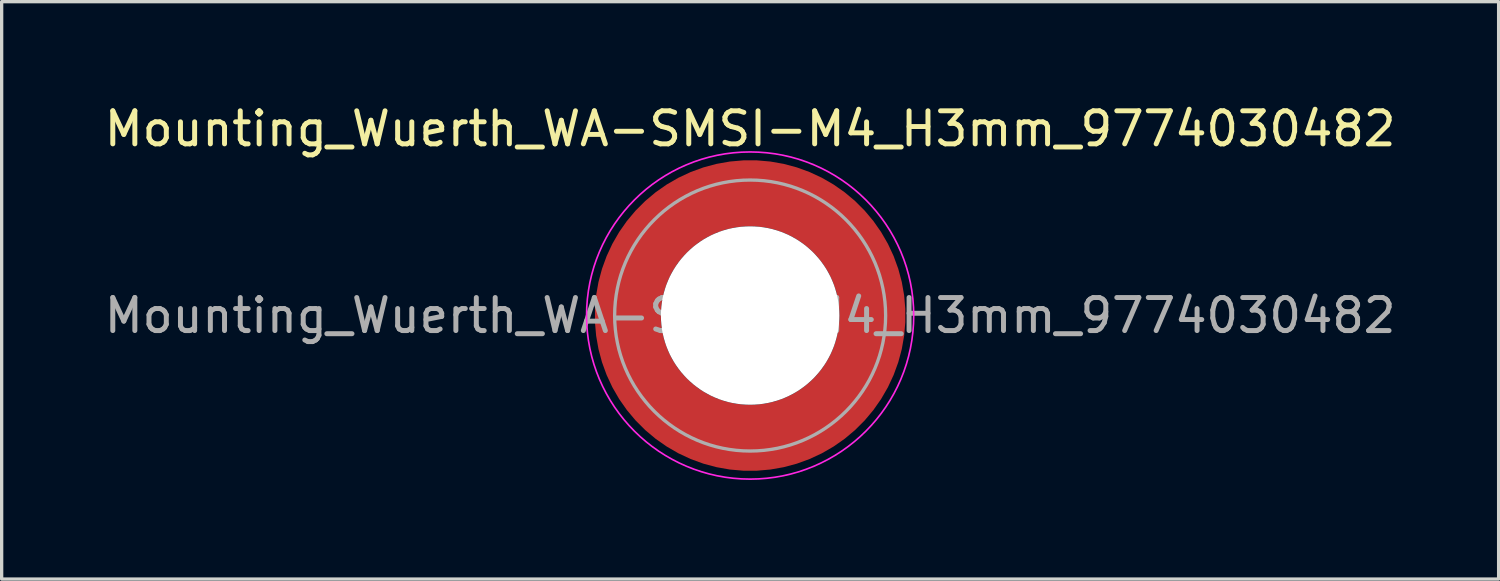
<source format=kicad_pcb>
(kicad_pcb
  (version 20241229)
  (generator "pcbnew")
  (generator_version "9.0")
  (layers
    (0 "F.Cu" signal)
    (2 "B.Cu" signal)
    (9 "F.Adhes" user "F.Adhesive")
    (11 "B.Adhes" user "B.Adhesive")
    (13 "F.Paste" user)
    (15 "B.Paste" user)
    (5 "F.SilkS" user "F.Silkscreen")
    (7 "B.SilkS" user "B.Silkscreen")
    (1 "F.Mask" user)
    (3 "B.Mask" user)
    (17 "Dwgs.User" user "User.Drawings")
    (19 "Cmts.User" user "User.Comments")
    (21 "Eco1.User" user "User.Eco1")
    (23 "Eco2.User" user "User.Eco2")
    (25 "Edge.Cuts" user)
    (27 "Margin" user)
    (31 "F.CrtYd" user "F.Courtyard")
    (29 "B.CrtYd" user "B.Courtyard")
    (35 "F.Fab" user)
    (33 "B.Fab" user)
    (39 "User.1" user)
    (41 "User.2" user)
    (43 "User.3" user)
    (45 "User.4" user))
  (footprint "Mounting_Wuerth_WA-SMSI-M4_H3mm_9774030482"
    (layer "F.Cu")
    (at 19.649 6.498)
    (property "Reference" "Mounting_Wuerth_WA-SMSI-M4_H3mm_9774030482" (at 0 -5.65 0) (layer "F.SilkS") (effects (font (size 1 1) (thickness 0.15))))
    (attr smd allow_soldermask_bridges)
    (fp_circle (center 0 0) (end 4.95 0) (stroke (width 0.05) (type solid)) (fill no) (layer "F.CrtYd"))
    (fp_circle (center 0 0) (end 4.1 0) (stroke (width 0.1) (type solid)) (fill no) (layer "F.Fab"))
    (fp_text user "${REFERENCE}" (at 0 0 0) (layer "F.Fab") (effects (font (size 1 1) (thickness 0.15))))
    (pad "" smd custom (at -2.607 -2.607) (size 0.948 0.948) (layers "F.Paste") (options (anchor circle)) (primitives (gr_arc (start -0.188183 2.107456) (mid 0.599273 0.599273) (end 2.107456 -0.188183) (width 0.2)) (gr_arc (start -0.289416 2.107456) (mid 0.52877 0.52877) (end 2.107456 -0.289416) (width 0.2)) (gr_arc (start -0.390547 2.107456) (mid 0.458268 0.458268) (end 2.107456 -0.390547) (width 0.2)) (gr_arc (start -0.491585 2.107456) (mid 0.387765 0.387765) (end 2.107456 -0.491585) (width 0.2)) (gr_arc (start -0.59254 2.107456) (mid 0.317262 0.317262) (end 2.107456 -0.59254) (width 0.2)) (gr_arc (start -0.693419 2.107456) (mid 0.246759 0.246759) (end 2.107456 -0.693419) (width 0.2)) (gr_arc (start -0.794229 2.107456) (mid 0.176257 0.176257) (end 2.107456 -0.794229) (width 0.2)) (gr_arc (start -0.894975 2.107456) (mid 0.105754 0.105754) (end 2.107456 -0.894975) (width 0.2)) (gr_arc (start -0.995664 2.107456) (mid 0.035251 0.035251) (end 2.107456 -0.995664) (width 0.2)) (gr_arc (start -1.0963 2.107456) (mid -0.035251 -0.035251) (end 2.107456 -1.0963) (width 0.2)) (gr_arc (start -1.196886 2.107456) (mid -0.105754 -0.105754) (end 2.107456 -1.196886) (width 0.2)) (gr_arc (start -1.297427 2.107456) (mid -0.176257 -0.176257) (end 2.107456 -1.297427) (width 0.2)) (gr_arc (start -1.397927 2.107456) (mid -0.246759 -0.246759) (end 2.107456 -1.397927) (width 0.2)) (gr_arc (start -1.498388 2.107456) (mid -0.317262 -0.317262) (end 2.107456 -1.498388) (width 0.2)) (gr_arc (start -1.598813 2.107456) (mid -0.387765 -0.387765) (end 2.107456 -1.598813) (width 0.2)) (gr_arc (start -1.699204 2.107456) (mid -0.458268 -0.458268) (end 2.107456 -1.699204) (width 0.2)) (gr_arc (start -1.799565 2.107456) (mid -0.52877 -0.52877) (end 2.107456 -1.799565) (width 0.2)) (gr_arc (start -1.899896 2.107456) (mid -0.599273 -0.599273) (end 2.107456 -1.899896) (width 0.2)) (gr_arc (start -1.899896 2.107456) (mid -0.599273 -0.599273) (end 2.107456 -1.899896) (width 0.2)) (gr_line (start 2.107 -0.188) (end 2.107 -1.9) (width 0.2)) (gr_line (start -0.188 2.107) (end -1.9 2.107) (width 0.2))))
    (pad "" smd custom (at -2.607 2.607) (size 0.948 0.948) (layers "F.Paste") (options (anchor circle)) (primitives (gr_arc (start 2.107456 0.188183) (mid 0.599273 -0.599273) (end -0.188183 -2.107456) (width 0.2)) (gr_arc (start 2.107456 0.289416) (mid 0.52877 -0.52877) (end -0.289416 -2.107456) (width 0.2)) (gr_arc (start 2.107456 0.390547) (mid 0.458268 -0.458268) (end -0.390547 -2.107456) (width 0.2)) (gr_arc (start 2.107456 0.491585) (mid 0.387765 -0.387765) (end -0.491585 -2.107456) (width 0.2)) (gr_arc (start 2.107456 0.59254) (mid 0.317262 -0.317262) (end -0.59254 -2.107456) (width 0.2)) (gr_arc (start 2.107456 0.693419) (mid 0.246759 -0.246759) (end -0.693419 -2.107456) (width 0.2)) (gr_arc (start 2.107456 0.794229) (mid 0.176257 -0.176257) (end -0.794229 -2.107456) (width 0.2)) (gr_arc (start 2.107456 0.894975) (mid 0.105754 -0.105754) (end -0.894975 -2.107456) (width 0.2)) (gr_arc (start 2.107456 0.995664) (mid 0.035251 -0.035251) (end -0.995664 -2.107456) (width 0.2)) (gr_arc (start 2.107456 1.0963) (mid -0.035251 0.035251) (end -1.0963 -2.107456) (width 0.2)) (gr_arc (start 2.107456 1.196886) (mid -0.105754 0.105754) (end -1.196886 -2.107456) (width 0.2)) (gr_arc (start 2.107456 1.297427) (mid -0.176257 0.176257) (end -1.297427 -2.107456) (width 0.2)) (gr_arc (start 2.107456 1.397927) (mid -0.246759 0.246759) (end -1.397927 -2.107456) (width 0.2)) (gr_arc (start 2.107456 1.498388) (mid -0.317262 0.317262) (end -1.498388 -2.107456) (width 0.2)) (gr_arc (start 2.107456 1.598813) (mid -0.387765 0.387765) (end -1.598813 -2.107456) (width 0.2)) (gr_arc (start 2.107456 1.699204) (mid -0.458268 0.458268) (end -1.699204 -2.107456) (width 0.2)) (gr_arc (start 2.107456 1.799565) (mid -0.52877 0.52877) (end -1.799565 -2.107456) (width 0.2)) (gr_arc (start 2.107456 1.899896) (mid -0.599273 0.599273) (end -1.899896 -2.107456) (width 0.2)) (gr_arc (start 2.107456 1.899896) (mid -0.599273 0.599273) (end -1.899896 -2.107456) (width 0.2)) (gr_line (start -0.188 -2.107) (end -1.9 -2.107) (width 0.2)) (gr_line (start 2.107 0.188) (end 2.107 1.9) (width 0.2))))
    (pad "" np_thru_hole circle (at 0 0) (size 5.4 5.4) (drill 5.4) (layers "*.Cu" "*.Mask"))
    (pad "" smd custom (at 2.607 -2.607) (size 0.948 0.948) (layers "F.Paste") (options (anchor circle)) (primitives (gr_arc (start -2.107456 -0.188183) (mid -0.599273 0.599273) (end 0.188183 2.107456) (width 0.2)) (gr_arc (start -2.107456 -0.289416) (mid -0.52877 0.52877) (end 0.289416 2.107456) (width 0.2)) (gr_arc (start -2.107456 -0.390547) (mid -0.458268 0.458268) (end 0.390547 2.107456) (width 0.2)) (gr_arc (start -2.107456 -0.491585) (mid -0.387765 0.387765) (end 0.491585 2.107456) (width 0.2)) (gr_arc (start -2.107456 -0.59254) (mid -0.317262 0.317262) (end 0.59254 2.107456) (width 0.2)) (gr_arc (start -2.107456 -0.693419) (mid -0.246759 0.246759) (end 0.693419 2.107456) (width 0.2)) (gr_arc (start -2.107456 -0.794229) (mid -0.176257 0.176257) (end 0.794229 2.107456) (width 0.2)) (gr_arc (start -2.107456 -0.894975) (mid -0.105754 0.105754) (end 0.894975 2.107456) (width 0.2)) (gr_arc (start -2.107456 -0.995664) (mid -0.035251 0.035251) (end 0.995664 2.107456) (width 0.2)) (gr_arc (start -2.107456 -1.0963) (mid 0.035251 -0.035251) (end 1.0963 2.107456) (width 0.2)) (gr_arc (start -2.107456 -1.196886) (mid 0.105754 -0.105754) (end 1.196886 2.107456) (width 0.2)) (gr_arc (start -2.107456 -1.297427) (mid 0.176257 -0.176257) (end 1.297427 2.107456) (width 0.2)) (gr_arc (start -2.107456 -1.397927) (mid 0.246759 -0.246759) (end 1.397927 2.107456) (width 0.2)) (gr_arc (start -2.107456 -1.498388) (mid 0.317262 -0.317262) (end 1.498388 2.107456) (width 0.2)) (gr_arc (start -2.107456 -1.598813) (mid 0.387765 -0.387765) (end 1.598813 2.107456) (width 0.2)) (gr_arc (start -2.107456 -1.699204) (mid 0.458268 -0.458268) (end 1.699204 2.107456) (width 0.2)) (gr_arc (start -2.107456 -1.799565) (mid 0.52877 -0.52877) (end 1.799565 2.107456) (width 0.2)) (gr_arc (start -2.107456 -1.899896) (mid 0.599273 -0.599273) (end 1.899896 2.107456) (width 0.2)) (gr_arc (start -2.107456 -1.899896) (mid 0.599273 -0.599273) (end 1.899896 2.107456) (width 0.2)) (gr_line (start 0.188 2.107) (end 1.9 2.107) (width 0.2)) (gr_line (start -2.107 -0.188) (end -2.107 -1.9) (width 0.2))))
    (pad "" smd custom (at 2.607 2.607) (size 0.948 0.948) (layers "F.Paste") (options (anchor circle)) (primitives (gr_arc (start 0.188183 -2.107456) (mid -0.599273 -0.599273) (end -2.107456 0.188183) (width 0.2)) (gr_arc (start 0.289416 -2.107456) (mid -0.52877 -0.52877) (end -2.107456 0.289416) (width 0.2)) (gr_arc (start 0.390547 -2.107456) (mid -0.458268 -0.458268) (end -2.107456 0.390547) (width 0.2)) (gr_arc (start 0.491585 -2.107456) (mid -0.387765 -0.387765) (end -2.107456 0.491585) (width 0.2)) (gr_arc (start 0.59254 -2.107456) (mid -0.317262 -0.317262) (end -2.107456 0.59254) (width 0.2)) (gr_arc (start 0.693419 -2.107456) (mid -0.246759 -0.246759) (end -2.107456 0.693419) (width 0.2)) (gr_arc (start 0.794229 -2.107456) (mid -0.176257 -0.176257) (end -2.107456 0.794229) (width 0.2)) (gr_arc (start 0.894975 -2.107456) (mid -0.105754 -0.105754) (end -2.107456 0.894975) (width 0.2)) (gr_arc (start 0.995664 -2.107456) (mid -0.035251 -0.035251) (end -2.107456 0.995664) (width 0.2)) (gr_arc (start 1.0963 -2.107456) (mid 0.035251 0.035251) (end -2.107456 1.0963) (width 0.2)) (gr_arc (start 1.196886 -2.107456) (mid 0.105754 0.105754) (end -2.107456 1.196886) (width 0.2)) (gr_arc (start 1.297427 -2.107456) (mid 0.176257 0.176257) (end -2.107456 1.297427) (width 0.2)) (gr_arc (start 1.397927 -2.107456) (mid 0.246759 0.246759) (end -2.107456 1.397927) (width 0.2)) (gr_arc (start 1.498388 -2.107456) (mid 0.317262 0.317262) (end -2.107456 1.498388) (width 0.2)) (gr_arc (start 1.598813 -2.107456) (mid 0.387765 0.387765) (end -2.107456 1.598813) (width 0.2)) (gr_arc (start 1.699204 -2.107456) (mid 0.458268 0.458268) (end -2.107456 1.699204) (width 0.2)) (gr_arc (start 1.799565 -2.107456) (mid 0.52877 0.52877) (end -2.107456 1.799565) (width 0.2)) (gr_arc (start 1.899896 -2.107456) (mid 0.599273 0.599273) (end -2.107456 1.899896) (width 0.2)) (gr_arc (start 1.899896 -2.107456) (mid 0.599273 0.599273) (end -2.107456 1.899896) (width 0.2)) (gr_line (start -2.107 0.188) (end -2.107 1.9) (width 0.2)) (gr_line (start 0.188 -2.107) (end 1.9 -2.107) (width 0.2))))
    (pad "1" smd circle (at -3.7 0) (size 1.492 1.492) (layers "F.Cu"))
    (pad "1" smd circle (at 0 -3.7) (size 1.492 1.492) (layers "F.Cu"))
    (pad "1" smd circle (at 0 3.7) (size 1.492 1.492) (layers "F.Cu"))
    (pad "1" smd custom (at 3.7 0) (size 2 2) (layers "F.Cu" "F.Mask") (options (anchor circle)) (primitives (gr_circle (center -3.7 0) (end 0 0) (width 2) (fill no)))))
  (gr_rect
    (start -3 -3)
    (end 42.298 14.473)
    (stroke (width 0.1) (type default))
    (fill no)
    (layer "Edge.Cuts")))
</source>
